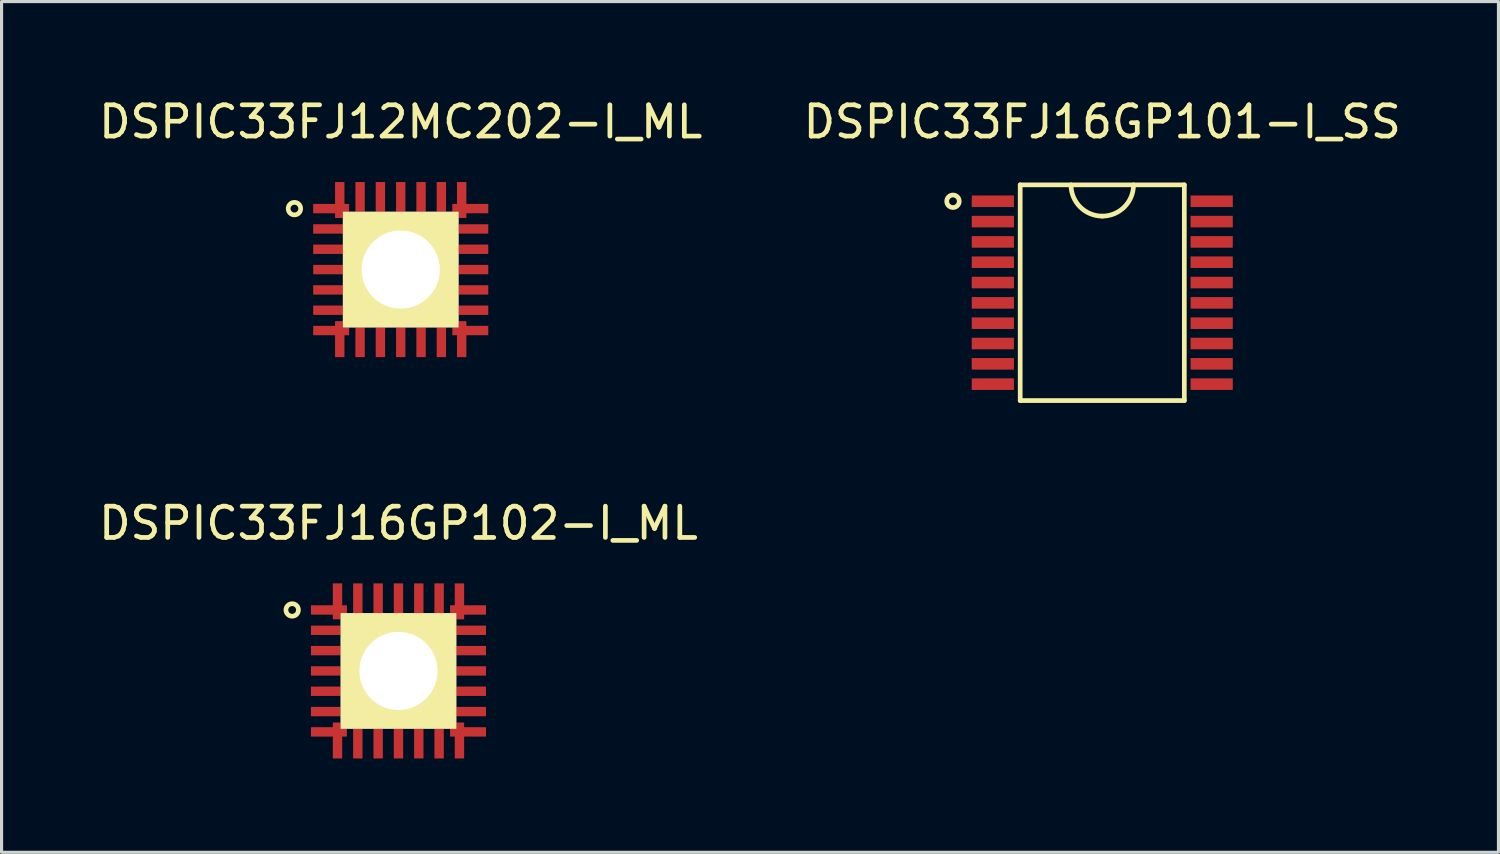
<source format=kicad_pcb>
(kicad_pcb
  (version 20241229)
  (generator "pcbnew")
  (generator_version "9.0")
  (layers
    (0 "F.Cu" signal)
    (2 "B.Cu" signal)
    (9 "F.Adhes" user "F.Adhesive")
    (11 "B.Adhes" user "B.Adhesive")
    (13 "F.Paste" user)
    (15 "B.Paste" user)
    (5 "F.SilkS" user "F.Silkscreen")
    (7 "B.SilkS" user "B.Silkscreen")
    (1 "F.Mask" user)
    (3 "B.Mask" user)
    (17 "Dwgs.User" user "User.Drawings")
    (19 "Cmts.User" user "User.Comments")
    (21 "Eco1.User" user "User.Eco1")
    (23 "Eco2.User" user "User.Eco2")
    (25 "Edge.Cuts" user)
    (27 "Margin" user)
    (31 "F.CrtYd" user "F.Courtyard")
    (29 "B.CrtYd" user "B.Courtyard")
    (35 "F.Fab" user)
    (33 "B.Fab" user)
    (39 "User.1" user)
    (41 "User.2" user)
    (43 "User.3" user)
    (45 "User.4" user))
  (footprint "DSPIC33FJ16GP102-I_ML"
    (layer "F.Cu")
    (at 7.471 16.186)
    (property "Reference" "DSPIC33FJ16GP102-I_ML" (at 2.225 -2.5 0) (layer "F.SilkS") (effects (font (size 1 1) (thickness 0.15))))
    (attr through_hole)
    (fp_line (start 0.775 0.775) (end 0.775 3.675) (stroke (width 0.15) (type solid)) (layer "F.SilkS"))
    (fp_line (start 0.775 0.775) (end 3.675 0.775) (stroke (width 0.15) (type solid)) (layer "F.SilkS"))
    (fp_line (start 0.775 3.675) (end 3.675 3.675) (stroke (width 0.15) (type solid)) (layer "F.SilkS"))
    (fp_line (start 3.675 3.675) (end 3.675 0.775) (stroke (width 0.15) (type solid)) (layer "F.SilkS"))
    (fp_circle (center -1.175 0.275) (end -1.175 0.075) (stroke (width 0.15) (type solid)) (fill no) (layer "F.SilkS"))
    (fp_circle (center 1.775 1.775) (end 1.775 1.275) (stroke (width 0.15) (type solid)) (fill no) (layer "F.SilkS"))
    (pad "1" smd rect (at 0 0.275) (size 1.15 0.3) (layers "F.Cu" "F.Mask" "F.Paste"))
    (pad "2" smd rect (at 0 0.925) (size 1.15 0.3) (layers "F.Cu" "F.Mask" "F.Paste"))
    (pad "3" smd rect (at 0 1.575) (size 1.15 0.3) (layers "F.Cu" "F.Mask" "F.Paste"))
    (pad "4" smd rect (at 0 2.225) (size 1.15 0.3) (layers "F.Cu" "F.Mask" "F.Paste"))
    (pad "5" smd rect (at 0 2.875) (size 1.15 0.3) (layers "F.Cu" "F.Mask" "F.Paste"))
    (pad "6" smd rect (at 0 3.525) (size 1.15 0.3) (layers "F.Cu" "F.Mask" "F.Paste"))
    (pad "7" smd rect (at 0 4.175) (size 1.15 0.3) (layers "F.Cu" "F.Mask" "F.Paste"))
    (pad "8" smd rect (at 0.275 4.45) (size 0.3 1.15) (layers "F.Cu" "F.Mask" "F.Paste"))
    (pad "9" smd rect (at 0.925 4.45) (size 0.3 1.15) (layers "F.Cu" "F.Mask" "F.Paste"))
    (pad "10" smd rect (at 1.575 4.45) (size 0.3 1.15) (layers "F.Cu" "F.Mask" "F.Paste"))
    (pad "11" smd rect (at 2.225 4.45) (size 0.3 1.15) (layers "F.Cu" "F.Mask" "F.Paste"))
    (pad "12" smd rect (at 2.875 4.45) (size 0.3 1.15) (layers "F.Cu" "F.Mask" "F.Paste"))
    (pad "13" smd rect (at 3.525 4.45) (size 0.3 1.15) (layers "F.Cu" "F.Mask" "F.Paste"))
    (pad "14" smd rect (at 4.175 4.45) (size 0.3 1.15) (layers "F.Cu" "F.Mask" "F.Paste"))
    (pad "15" smd rect (at 4.45 4.175) (size 1.15 0.3) (layers "F.Cu" "F.Mask" "F.Paste"))
    (pad "16" smd rect (at 4.45 3.525) (size 1.15 0.3) (layers "F.Cu" "F.Mask" "F.Paste"))
    (pad "17" smd rect (at 4.45 2.875) (size 1.15 0.3) (layers "F.Cu" "F.Mask" "F.Paste"))
    (pad "18" smd rect (at 4.45 2.225) (size 1.15 0.3) (layers "F.Cu" "F.Mask" "F.Paste"))
    (pad "19" smd rect (at 4.45 1.575) (size 1.15 0.3) (layers "F.Cu" "F.Mask" "F.Paste"))
    (pad "20" smd rect (at 4.45 0.925) (size 1.15 0.3) (layers "F.Cu" "F.Mask" "F.Paste"))
    (pad "21" smd rect (at 4.45 0.275) (size 1.15 0.3) (layers "F.Cu" "F.Mask" "F.Paste"))
    (pad "22" smd rect (at 4.175 0) (size 0.3 1.15) (layers "F.Cu" "F.Mask" "F.Paste"))
    (pad "23" smd rect (at 3.525 0) (size 0.3 1.15) (layers "F.Cu" "F.Mask" "F.Paste"))
    (pad "24" smd rect (at 2.875 0) (size 0.3 1.15) (layers "F.Cu" "F.Mask" "F.Paste"))
    (pad "25" smd rect (at 2.225 0) (size 0.3 1.15) (layers "F.Cu" "F.Mask" "F.Paste"))
    (pad "26" smd rect (at 1.575 0) (size 0.3 1.15) (layers "F.Cu" "F.Mask" "F.Paste"))
    (pad "27" smd rect (at 0.925 0) (size 0.3 1.15) (layers "F.Cu" "F.Mask" "F.Paste"))
    (pad "28" smd rect (at 0.275 0) (size 0.3 1.15) (layers "F.Cu" "F.Mask" "F.Paste"))
    (pad "999" thru_hole rect (at 2.225 2.225) (size 3.7 3.7) (drill 2.5) (layers "*.Cu" "*.Mask" "F.SilkS")))
  (footprint "DSPIC33FJ12MC202-I_ML"
    (layer "F.Cu")
    (at 7.543 3.348)
    (property "Reference" "DSPIC33FJ12MC202-I_ML" (at 2.225 -2.5 0) (layer "F.SilkS") (effects (font (size 1 1) (thickness 0.15))))
    (attr through_hole)
    (fp_line (start 0.775 0.775) (end 0.775 3.675) (stroke (width 0.15) (type solid)) (layer "F.SilkS"))
    (fp_line (start 0.775 0.775) (end 3.675 0.775) (stroke (width 0.15) (type solid)) (layer "F.SilkS"))
    (fp_line (start 0.775 3.675) (end 3.675 3.675) (stroke (width 0.15) (type solid)) (layer "F.SilkS"))
    (fp_line (start 3.675 3.675) (end 3.675 0.775) (stroke (width 0.15) (type solid)) (layer "F.SilkS"))
    (fp_circle (center -1.175 0.275) (end -1.175 0.075) (stroke (width 0.15) (type solid)) (fill no) (layer "F.SilkS"))
    (fp_circle (center 1.775 1.775) (end 1.775 1.275) (stroke (width 0.15) (type solid)) (fill no) (layer "F.SilkS"))
    (pad "1" smd rect (at 0 0.275) (size 1.15 0.3) (layers "F.Cu" "F.Mask" "F.Paste"))
    (pad "2" smd rect (at 0 0.925) (size 1.15 0.3) (layers "F.Cu" "F.Mask" "F.Paste"))
    (pad "3" smd rect (at 0 1.575) (size 1.15 0.3) (layers "F.Cu" "F.Mask" "F.Paste"))
    (pad "4" smd rect (at 0 2.225) (size 1.15 0.3) (layers "F.Cu" "F.Mask" "F.Paste"))
    (pad "5" smd rect (at 0 2.875) (size 1.15 0.3) (layers "F.Cu" "F.Mask" "F.Paste"))
    (pad "6" smd rect (at 0 3.525) (size 1.15 0.3) (layers "F.Cu" "F.Mask" "F.Paste"))
    (pad "7" smd rect (at 0 4.175) (size 1.15 0.3) (layers "F.Cu" "F.Mask" "F.Paste"))
    (pad "8" smd rect (at 0.275 4.45) (size 0.3 1.15) (layers "F.Cu" "F.Mask" "F.Paste"))
    (pad "9" smd rect (at 0.925 4.45) (size 0.3 1.15) (layers "F.Cu" "F.Mask" "F.Paste"))
    (pad "10" smd rect (at 1.575 4.45) (size 0.3 1.15) (layers "F.Cu" "F.Mask" "F.Paste"))
    (pad "11" smd rect (at 2.225 4.45) (size 0.3 1.15) (layers "F.Cu" "F.Mask" "F.Paste"))
    (pad "12" smd rect (at 2.875 4.45) (size 0.3 1.15) (layers "F.Cu" "F.Mask" "F.Paste"))
    (pad "13" smd rect (at 3.525 4.45) (size 0.3 1.15) (layers "F.Cu" "F.Mask" "F.Paste"))
    (pad "14" smd rect (at 4.175 4.45) (size 0.3 1.15) (layers "F.Cu" "F.Mask" "F.Paste"))
    (pad "15" smd rect (at 4.45 4.175) (size 1.15 0.3) (layers "F.Cu" "F.Mask" "F.Paste"))
    (pad "16" smd rect (at 4.45 3.525) (size 1.15 0.3) (layers "F.Cu" "F.Mask" "F.Paste"))
    (pad "17" smd rect (at 4.45 2.875) (size 1.15 0.3) (layers "F.Cu" "F.Mask" "F.Paste"))
    (pad "18" smd rect (at 4.45 2.225) (size 1.15 0.3) (layers "F.Cu" "F.Mask" "F.Paste"))
    (pad "19" smd rect (at 4.45 1.575) (size 1.15 0.3) (layers "F.Cu" "F.Mask" "F.Paste"))
    (pad "20" smd rect (at 4.45 0.925) (size 1.15 0.3) (layers "F.Cu" "F.Mask" "F.Paste"))
    (pad "21" smd rect (at 4.45 0.275) (size 1.15 0.3) (layers "F.Cu" "F.Mask" "F.Paste"))
    (pad "22" smd rect (at 4.175 0) (size 0.3 1.15) (layers "F.Cu" "F.Mask" "F.Paste"))
    (pad "23" smd rect (at 3.525 0) (size 0.3 1.15) (layers "F.Cu" "F.Mask" "F.Paste"))
    (pad "24" smd rect (at 2.875 0) (size 0.3 1.15) (layers "F.Cu" "F.Mask" "F.Paste"))
    (pad "25" smd rect (at 2.225 0) (size 0.3 1.15) (layers "F.Cu" "F.Mask" "F.Paste"))
    (pad "26" smd rect (at 1.575 0) (size 0.3 1.15) (layers "F.Cu" "F.Mask" "F.Paste"))
    (pad "27" smd rect (at 0.925 0) (size 0.3 1.15) (layers "F.Cu" "F.Mask" "F.Paste"))
    (pad "28" smd rect (at 0.275 0) (size 0.3 1.15) (layers "F.Cu" "F.Mask" "F.Paste"))
    (pad "999" thru_hole rect (at 2.225 2.225) (size 3.7 3.7) (drill 2.5) (layers "*.Cu" "*.Mask" "F.SilkS")))
  (footprint "DSPIC33FJ16GP101-I_SS"
    (layer "F.Cu")
    (at 28.708 3.388)
    (property "Reference" "DSPIC33FJ16GP101-I_SS" (at 3.5 -2.54 0) (layer "F.SilkS") (effects (font (size 1 1) (thickness 0.15))))
    (attr through_hole)
    (fp_line (start 0.875 -0.525) (end 6.125 -0.525) (stroke (width 0.15) (type solid)) (layer "F.SilkS"))
    (fp_line (start 0.875 6.375) (end 0.875 -0.525) (stroke (width 0.15) (type solid)) (layer "F.SilkS"))
    (fp_line (start 6.125 -0.525) (end 6.125 6.375) (stroke (width 0.15) (type solid)) (layer "F.SilkS"))
    (fp_line (start 6.125 6.375) (end 0.875 6.375) (stroke (width 0.15) (type solid)) (layer "F.SilkS"))
    (fp_arc (start 3.5 0.475) (mid 2.792893 0.182107) (end 2.5 -0.525) (stroke (width 0.15) (type solid)) (layer "F.SilkS"))
    (fp_arc (start 4.5 -0.525) (mid 4.207107 0.182107) (end 3.5 0.475) (stroke (width 0.15) (type solid)) (layer "F.SilkS"))
    (fp_circle (center -1.275 0) (end -1.275 0.2) (stroke (width 0.15) (type solid)) (fill no) (layer "F.SilkS"))
    (pad "1" smd rect (at 0 0) (size 1.35 0.37) (layers "F.Cu" "F.Mask" "F.Paste"))
    (pad "2" smd rect (at 0 0.65) (size 1.35 0.37) (layers "F.Cu" "F.Mask" "F.Paste"))
    (pad "3" smd rect (at 0 1.3) (size 1.35 0.37) (layers "F.Cu" "F.Mask" "F.Paste"))
    (pad "4" smd rect (at 0 1.95) (size 1.35 0.37) (layers "F.Cu" "F.Mask" "F.Paste"))
    (pad "5" smd rect (at 0 2.6) (size 1.35 0.37) (layers "F.Cu" "F.Mask" "F.Paste"))
    (pad "6" smd rect (at 0 3.25) (size 1.35 0.37) (layers "F.Cu" "F.Mask" "F.Paste"))
    (pad "7" smd rect (at 0 3.9) (size 1.35 0.37) (layers "F.Cu" "F.Mask" "F.Paste"))
    (pad "8" smd rect (at 0 4.55) (size 1.35 0.37) (layers "F.Cu" "F.Mask" "F.Paste"))
    (pad "9" smd rect (at 0 5.2) (size 1.35 0.37) (layers "F.Cu" "F.Mask" "F.Paste"))
    (pad "10" smd rect (at 0 5.85) (size 1.35 0.37) (layers "F.Cu" "F.Mask" "F.Paste"))
    (pad "11" smd rect (at 7 5.85) (size 1.35 0.37) (layers "F.Cu" "F.Mask" "F.Paste"))
    (pad "12" smd rect (at 7 5.2) (size 1.35 0.37) (layers "F.Cu" "F.Mask" "F.Paste"))
    (pad "13" smd rect (at 7 4.55) (size 1.35 0.37) (layers "F.Cu" "F.Mask" "F.Paste"))
    (pad "14" smd rect (at 7 3.9) (size 1.35 0.37) (layers "F.Cu" "F.Mask" "F.Paste"))
    (pad "15" smd rect (at 7 3.25) (size 1.35 0.37) (layers "F.Cu" "F.Mask" "F.Paste"))
    (pad "16" smd rect (at 7 2.6) (size 1.35 0.37) (layers "F.Cu" "F.Mask" "F.Paste"))
    (pad "17" smd rect (at 7 1.95) (size 1.35 0.37) (layers "F.Cu" "F.Mask" "F.Paste"))
    (pad "18" smd rect (at 7 1.3) (size 1.35 0.37) (layers "F.Cu" "F.Mask" "F.Paste"))
    (pad "19" smd rect (at 7 0.65) (size 1.35 0.37) (layers "F.Cu" "F.Mask" "F.Paste"))
    (pad "20" smd rect (at 7 0) (size 1.35 0.37) (layers "F.Cu" "F.Mask" "F.Paste")))
  (gr_rect
    (start -3 -3)
    (end 44.881 24.212)
    (stroke (width 0.1) (type default))
    (fill no)
    (layer "Edge.Cuts")))
</source>
